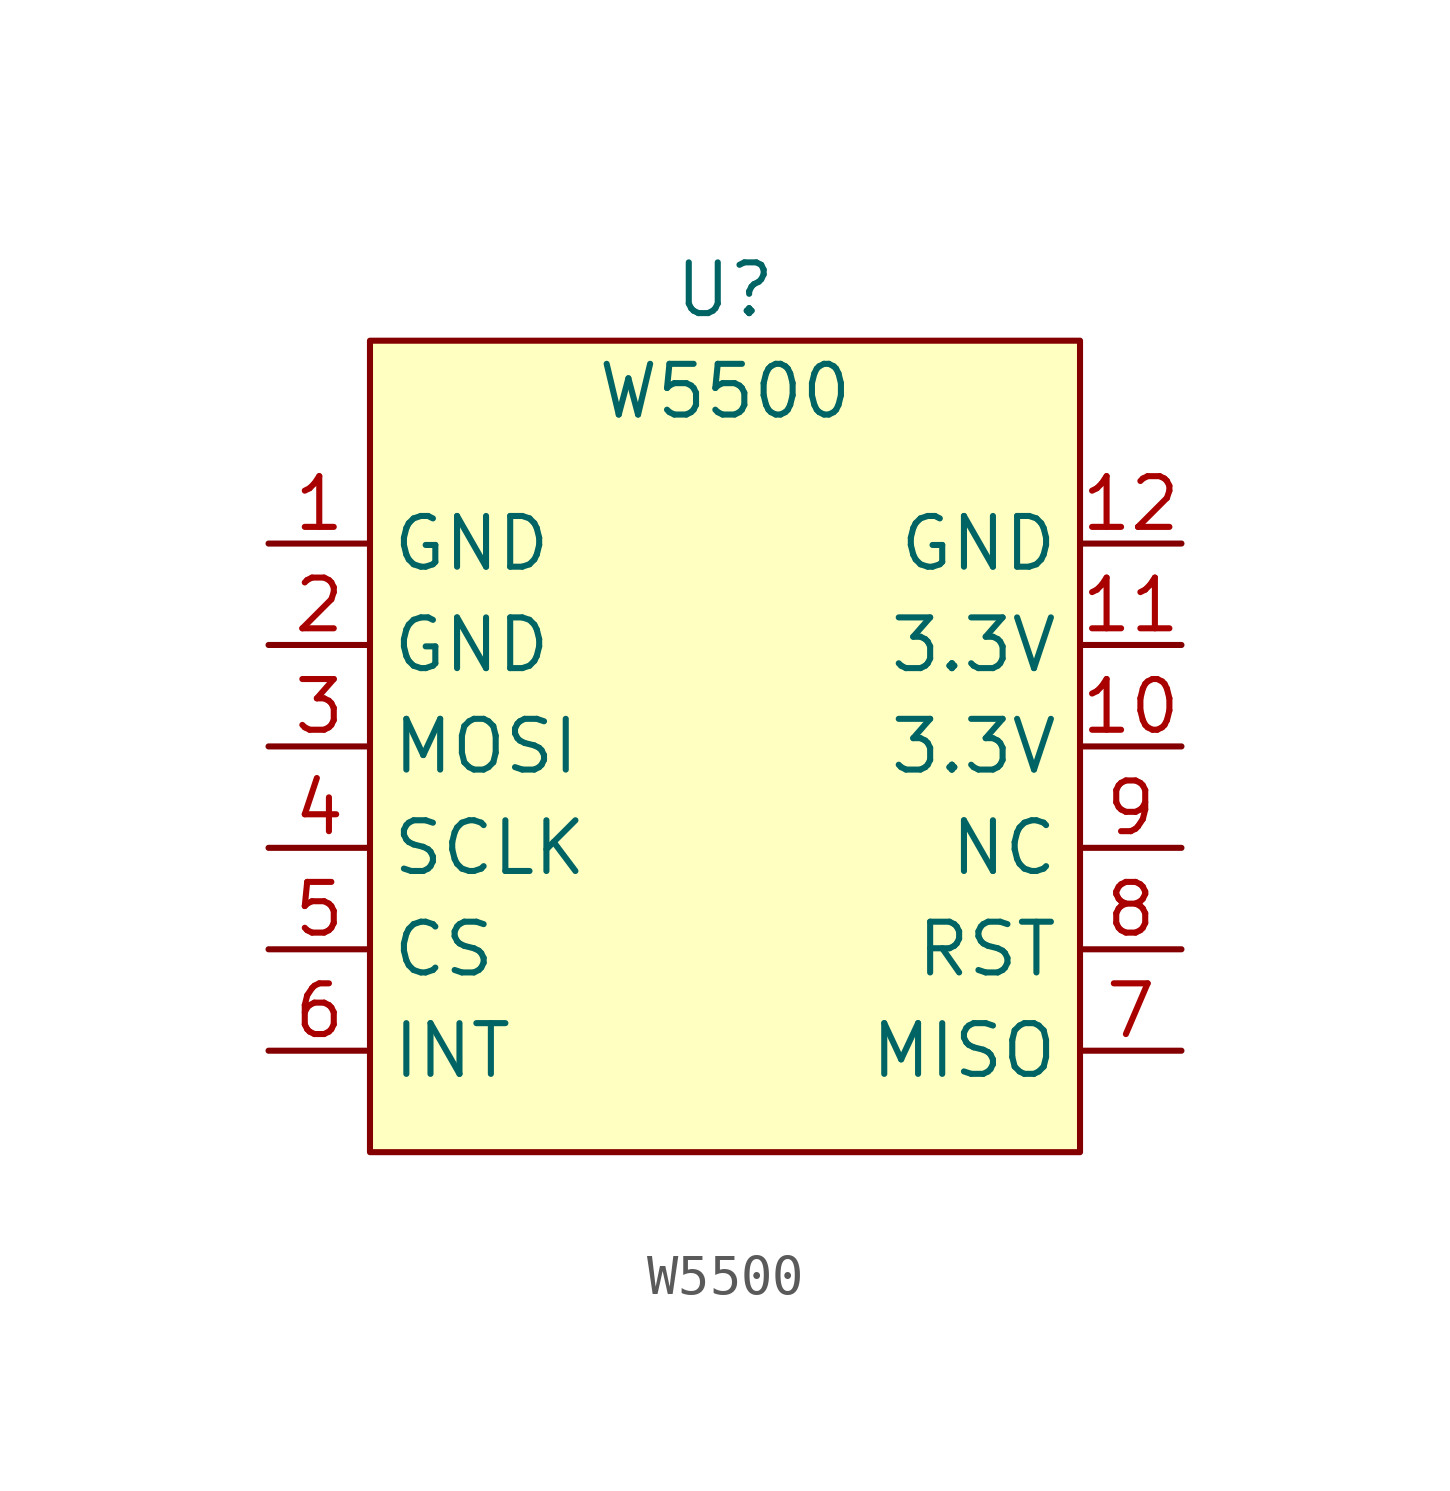
<source format=kicad_sym>
(kicad_symbol_lib
  (version 20211014)
  (generator kicad_symbol_editor)
  (symbol "W5500"
    (property "Reference" "U"
      (at 0 3.81 0)
      (effects (font (size 1.27 1.27))))
    (property "Value" "W5500"
      (at 0 1.27 0)
      (effects (font (size 1.27 1.27))))
    (symbol "W5500_0_1"
      (rectangle (start -8.89 2.54) (end 8.89 -17.78) (stroke (width 0) (type default) (color 0 0 0 0)) (fill (type background))))
    (symbol "W5500_1_1"
      (pin passive line (at -11.43 -2.54 0) (length 2.54) (name "GND" (effects (font (size 1.27 1.27)))) (number "1" (effects (font (size 1.27 1.27)))))
      (pin power_in line (at 11.43 -7.62 180) (length 2.54) (name "3.3V" (effects (font (size 1.27 1.27)))) (number "10" (effects (font (size 1.27 1.27)))))
      (pin power_in line (at 11.43 -5.08 180) (length 2.54) (name "3.3V" (effects (font (size 1.27 1.27)))) (number "11" (effects (font (size 1.27 1.27)))))
      (pin passive line (at 11.43 -2.54 180) (length 2.54) (name "GND" (effects (font (size 1.27 1.27)))) (number "12" (effects (font (size 1.27 1.27)))))
      (pin passive line (at -11.43 -5.08 0) (length 2.54) (name "GND" (effects (font (size 1.27 1.27)))) (number "2" (effects (font (size 1.27 1.27)))))
      (pin input line (at -11.43 -7.62 0) (length 2.54) (name "MOSI" (effects (font (size 1.27 1.27)))) (number "3" (effects (font (size 1.27 1.27)))))
      (pin input line (at -11.43 -10.16 0) (length 2.54) (name "SCLK" (effects (font (size 1.27 1.27)))) (number "4" (effects (font (size 1.27 1.27)))))
      (pin input line (at -11.43 -12.7 0) (length 2.54) (name "CS" (effects (font (size 1.27 1.27)))) (number "5" (effects (font (size 1.27 1.27)))))
      (pin output line (at -11.43 -15.24 0) (length 2.54) (name "INT" (effects (font (size 1.27 1.27)))) (number "6" (effects (font (size 1.27 1.27)))))
      (pin output line (at 11.43 -15.24 180) (length 2.54) (name "MISO" (effects (font (size 1.27 1.27)))) (number "7" (effects (font (size 1.27 1.27)))))
      (pin input line (at 11.43 -12.7 180) (length 2.54) (name "RST" (effects (font (size 1.27 1.27)))) (number "8" (effects (font (size 1.27 1.27)))))
      (pin free line (at 11.43 -10.16 180) (length 2.54) (name "NC" (effects (font (size 1.27 1.27)))) (number "9" (effects (font (size 1.27 1.27))))))))
</source>
